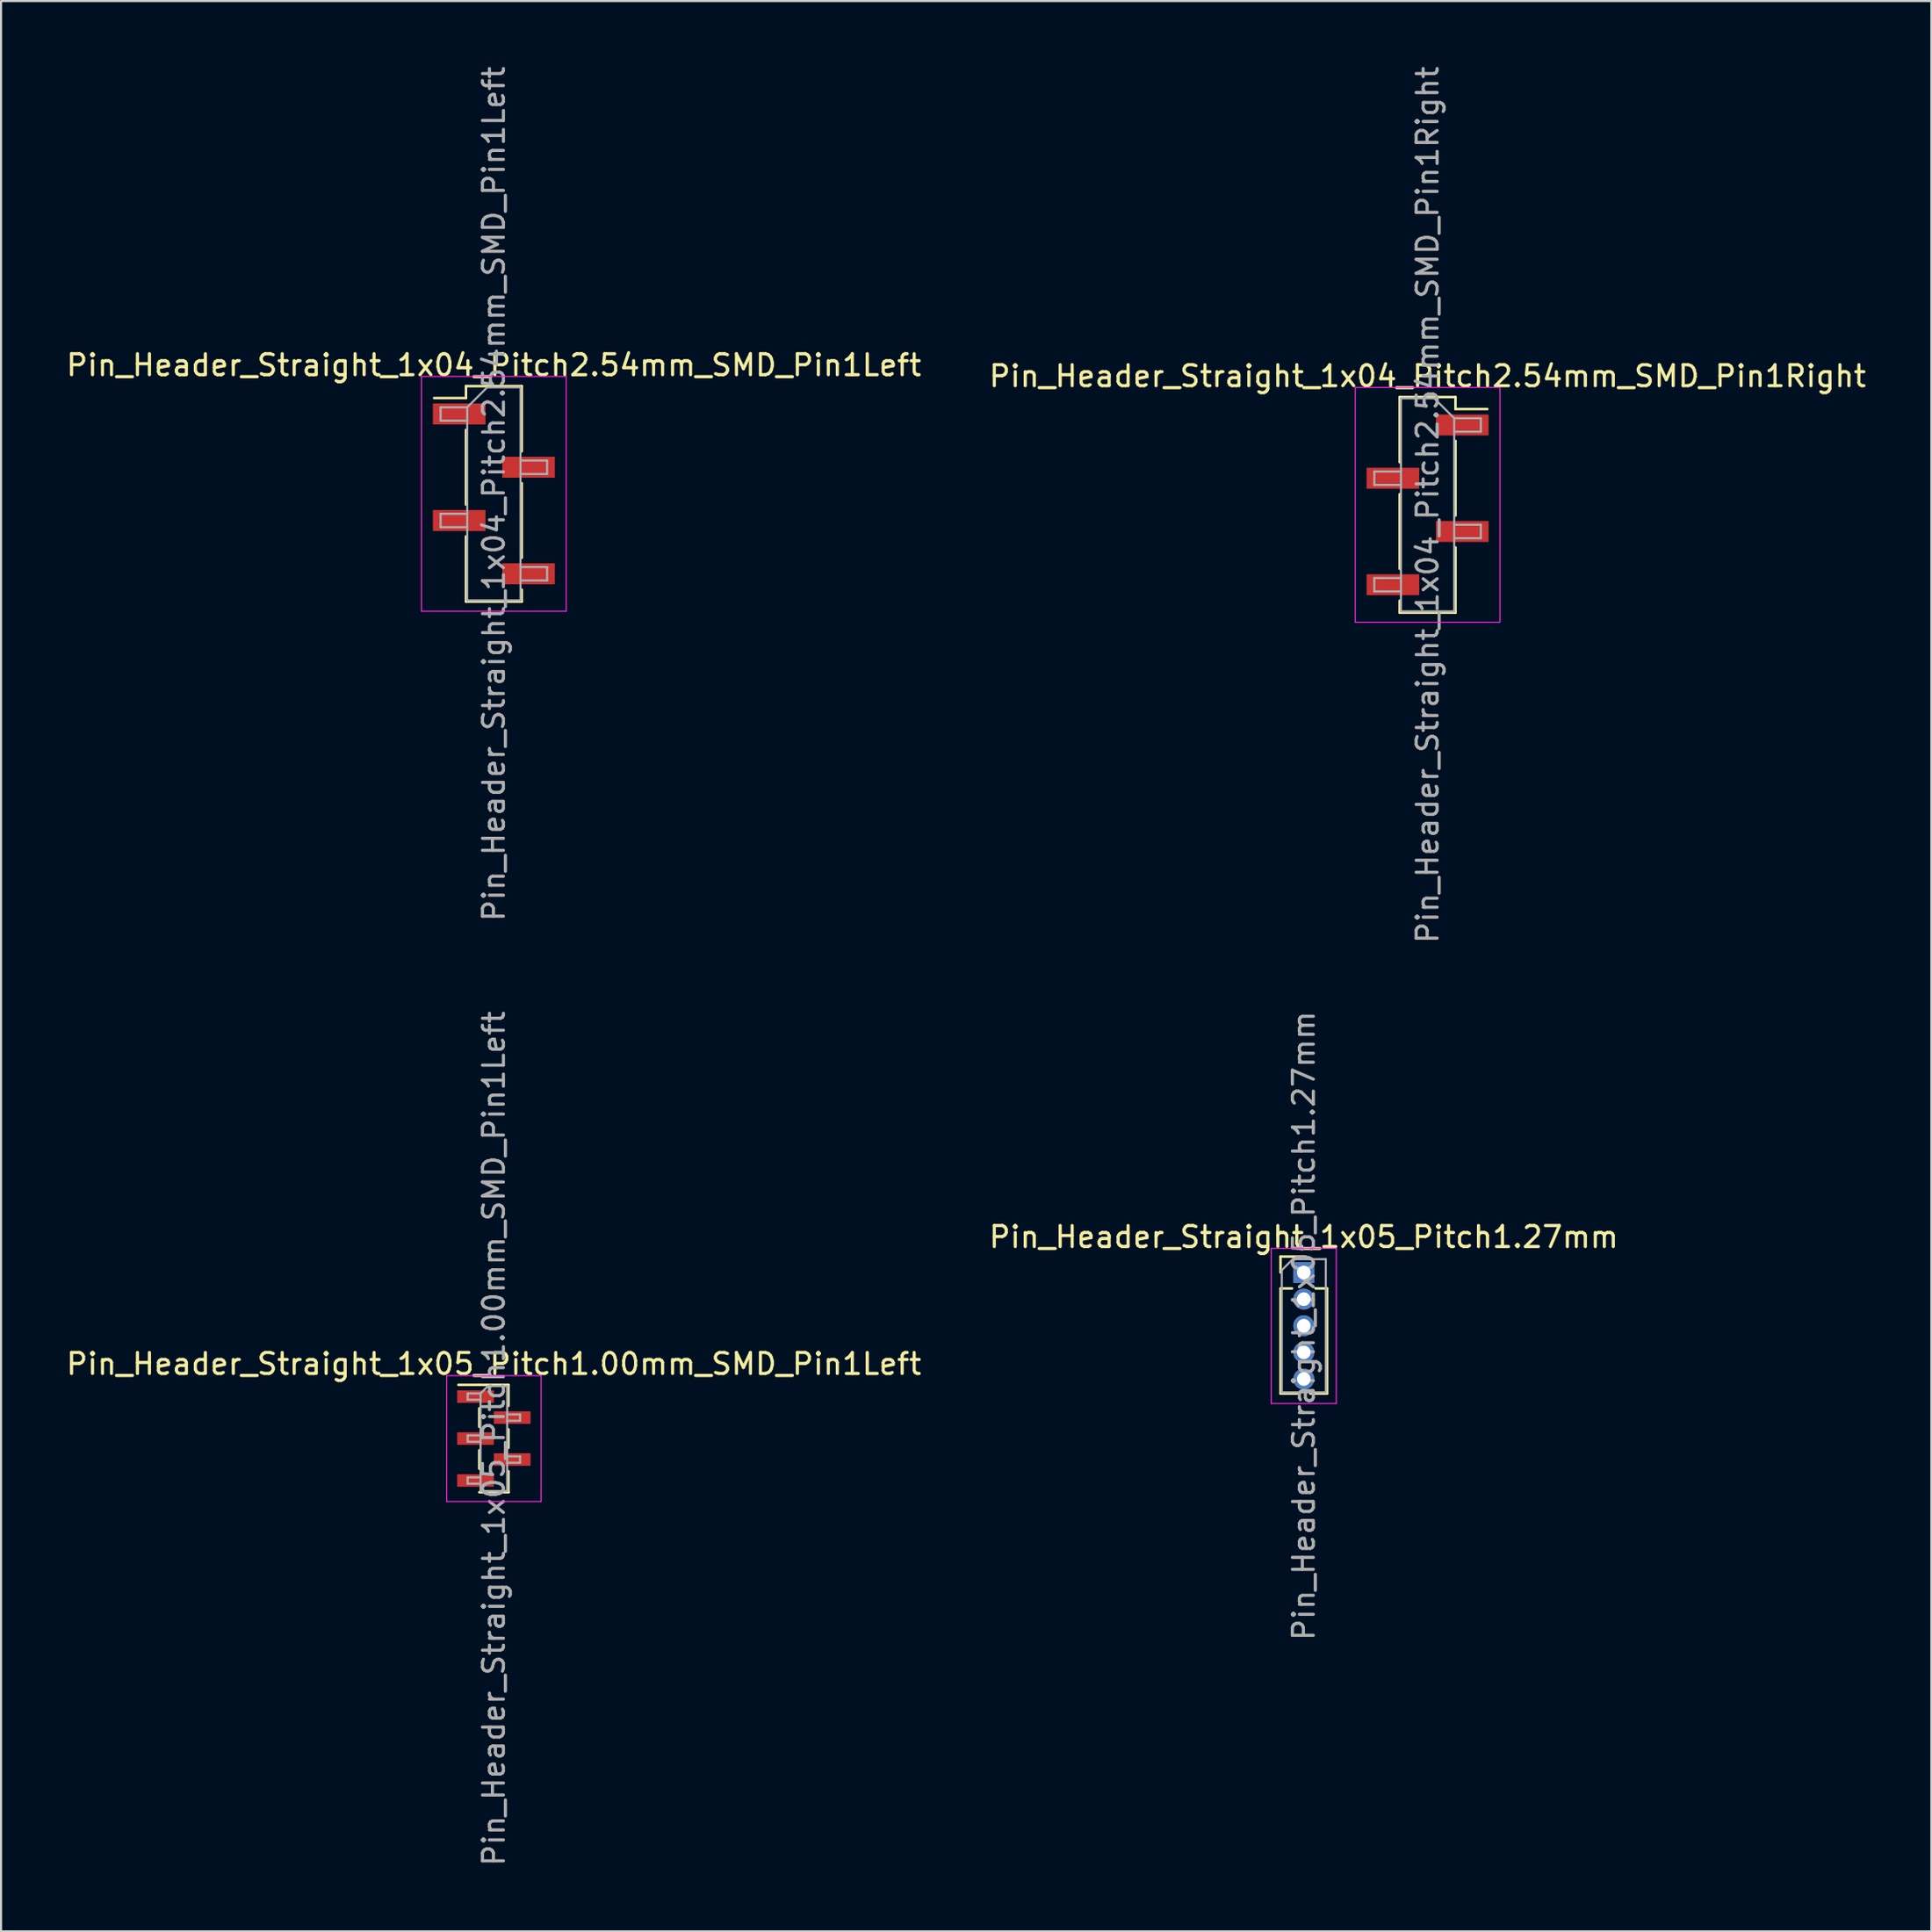
<source format=kicad_pcb>
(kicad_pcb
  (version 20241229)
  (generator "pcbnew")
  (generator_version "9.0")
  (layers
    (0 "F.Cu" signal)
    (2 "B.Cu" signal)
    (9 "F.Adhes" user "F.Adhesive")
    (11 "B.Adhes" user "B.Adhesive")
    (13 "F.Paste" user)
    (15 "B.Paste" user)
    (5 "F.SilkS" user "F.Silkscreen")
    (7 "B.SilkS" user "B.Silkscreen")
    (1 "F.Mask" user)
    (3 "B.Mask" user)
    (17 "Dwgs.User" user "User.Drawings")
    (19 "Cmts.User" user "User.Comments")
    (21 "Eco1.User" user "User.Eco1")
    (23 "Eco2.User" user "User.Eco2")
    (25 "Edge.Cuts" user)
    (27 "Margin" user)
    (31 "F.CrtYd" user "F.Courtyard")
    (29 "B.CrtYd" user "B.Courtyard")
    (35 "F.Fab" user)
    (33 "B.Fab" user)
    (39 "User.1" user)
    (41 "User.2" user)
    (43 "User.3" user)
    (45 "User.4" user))
  (footprint "Pin_Header_Straight_1x04_Pitch2.54mm_SMD_Pin1Left"
    (layer "F.Cu")
    (at 20.506 20.506)
    (property "Reference" "Pin_Header_Straight_1x04_Pitch2.54mm_SMD_Pin1Left" (at 0 -6.14 0) (layer "F.SilkS") (effects (font (size 1 1) (thickness 0.15))))
    (attr smd)
    (fp_line (start -1.33 -5.14) (end -1.33 -4.57) (stroke (width 0.12) (type solid)) (layer "F.SilkS"))
    (fp_line (start -1.33 -5.14) (end 1.33 -5.14) (stroke (width 0.12) (type solid)) (layer "F.SilkS"))
    (fp_line (start -1.33 -4.57) (end -2.85 -4.57) (stroke (width 0.12) (type solid)) (layer "F.SilkS"))
    (fp_line (start -1.33 -3.05) (end -1.33 0.51) (stroke (width 0.12) (type solid)) (layer "F.SilkS"))
    (fp_line (start -1.33 2.03) (end -1.33 5.14) (stroke (width 0.12) (type solid)) (layer "F.SilkS"))
    (fp_line (start -1.33 5.14) (end 1.33 5.14) (stroke (width 0.12) (type solid)) (layer "F.SilkS"))
    (fp_line (start 1.33 -5.14) (end 1.33 -2.03) (stroke (width 0.12) (type solid)) (layer "F.SilkS"))
    (fp_line (start 1.33 -0.51) (end 1.33 3.05) (stroke (width 0.12) (type solid)) (layer "F.SilkS"))
    (fp_line (start 1.33 4.57) (end 1.33 5.14) (stroke (width 0.12) (type solid)) (layer "F.SilkS"))
    (fp_line (start -3.45 -5.6) (end -3.45 5.6) (stroke (width 0.05) (type solid)) (layer "F.CrtYd"))
    (fp_line (start -3.45 5.6) (end 3.45 5.6) (stroke (width 0.05) (type solid)) (layer "F.CrtYd"))
    (fp_line (start 3.45 -5.6) (end -3.45 -5.6) (stroke (width 0.05) (type solid)) (layer "F.CrtYd"))
    (fp_line (start 3.45 5.6) (end 3.45 -5.6) (stroke (width 0.05) (type solid)) (layer "F.CrtYd"))
    (fp_line (start -2.54 -4.13) (end -2.54 -3.49) (stroke (width 0.1) (type solid)) (layer "F.Fab"))
    (fp_line (start -2.54 -3.49) (end -1.27 -3.49) (stroke (width 0.1) (type solid)) (layer "F.Fab"))
    (fp_line (start -2.54 0.95) (end -2.54 1.59) (stroke (width 0.1) (type solid)) (layer "F.Fab"))
    (fp_line (start -2.54 1.59) (end -1.27 1.59) (stroke (width 0.1) (type solid)) (layer "F.Fab"))
    (fp_line (start -1.27 -4.13) (end -2.54 -4.13) (stroke (width 0.1) (type solid)) (layer "F.Fab"))
    (fp_line (start -1.27 -4.13) (end -0.32 -5.08) (stroke (width 0.1) (type solid)) (layer "F.Fab"))
    (fp_line (start -1.27 0.95) (end -2.54 0.95) (stroke (width 0.1) (type solid)) (layer "F.Fab"))
    (fp_line (start -1.27 5.08) (end -1.27 -4.13) (stroke (width 0.1) (type solid)) (layer "F.Fab"))
    (fp_line (start -0.32 -5.08) (end 1.27 -5.08) (stroke (width 0.1) (type solid)) (layer "F.Fab"))
    (fp_line (start 1.27 -5.08) (end 1.27 5.08) (stroke (width 0.1) (type solid)) (layer "F.Fab"))
    (fp_line (start 1.27 -1.59) (end 2.54 -1.59) (stroke (width 0.1) (type solid)) (layer "F.Fab"))
    (fp_line (start 1.27 3.49) (end 2.54 3.49) (stroke (width 0.1) (type solid)) (layer "F.Fab"))
    (fp_line (start 1.27 5.08) (end -1.27 5.08) (stroke (width 0.1) (type solid)) (layer "F.Fab"))
    (fp_line (start 2.54 -1.59) (end 2.54 -0.95) (stroke (width 0.1) (type solid)) (layer "F.Fab"))
    (fp_line (start 2.54 -0.95) (end 1.27 -0.95) (stroke (width 0.1) (type solid)) (layer "F.Fab"))
    (fp_line (start 2.54 3.49) (end 2.54 4.13) (stroke (width 0.1) (type solid)) (layer "F.Fab"))
    (fp_line (start 2.54 4.13) (end 1.27 4.13) (stroke (width 0.1) (type solid)) (layer "F.Fab"))
    (fp_text user "${REFERENCE}" (at 0 0 90) (layer "F.Fab") (effects (font (size 1 1) (thickness 0.15))))
    (pad "1" smd rect (at -1.655 -3.81) (size 2.51 1) (layers "F.Cu" "F.Mask" "F.Paste"))
    (pad "2" smd rect (at 1.655 -1.27) (size 2.51 1) (layers "F.Cu" "F.Mask" "F.Paste"))
    (pad "3" smd rect (at -1.655 1.27) (size 2.51 1) (layers "F.Cu" "F.Mask" "F.Paste"))
    (pad "4" smd rect (at 1.655 3.81) (size 2.51 1) (layers "F.Cu" "F.Mask" "F.Paste")))
  (footprint "Pin_Header_Straight_1x05_Pitch1.27mm"
    (layer "F.Cu")
    (at 59.137 57.645)
    (property "Reference" "Pin_Header_Straight_1x05_Pitch1.27mm" (at 0 -1.695 0) (layer "F.SilkS") (effects (font (size 1 1) (thickness 0.15))))
    (attr through_hole)
    (fp_line (start -1.11 -0.76) (end 0 -0.76) (stroke (width 0.12) (type solid)) (layer "F.SilkS"))
    (fp_line (start -1.11 0) (end -1.11 -0.76) (stroke (width 0.12) (type solid)) (layer "F.SilkS"))
    (fp_line (start -1.11 0.76) (end -1.11 5.775) (stroke (width 0.12) (type solid)) (layer "F.SilkS"))
    (fp_line (start -1.11 0.76) (end -0.563 0.76) (stroke (width 0.12) (type solid)) (layer "F.SilkS"))
    (fp_line (start -1.11 5.775) (end -0.308 5.775) (stroke (width 0.12) (type solid)) (layer "F.SilkS"))
    (fp_line (start 0.308 5.775) (end 1.11 5.775) (stroke (width 0.12) (type solid)) (layer "F.SilkS"))
    (fp_line (start 0.563 0.76) (end 1.11 0.76) (stroke (width 0.12) (type solid)) (layer "F.SilkS"))
    (fp_line (start 1.11 0.76) (end 1.11 5.775) (stroke (width 0.12) (type solid)) (layer "F.SilkS"))
    (fp_line (start -1.55 -1.15) (end -1.55 6.25) (stroke (width 0.05) (type solid)) (layer "F.CrtYd"))
    (fp_line (start -1.55 6.25) (end 1.55 6.25) (stroke (width 0.05) (type solid)) (layer "F.CrtYd"))
    (fp_line (start 1.55 -1.15) (end -1.55 -1.15) (stroke (width 0.05) (type solid)) (layer "F.CrtYd"))
    (fp_line (start 1.55 6.25) (end 1.55 -1.15) (stroke (width 0.05) (type solid)) (layer "F.CrtYd"))
    (fp_line (start -1.05 -0.11) (end -0.525 -0.635) (stroke (width 0.1) (type solid)) (layer "F.Fab"))
    (fp_line (start -1.05 5.715) (end -1.05 -0.11) (stroke (width 0.1) (type solid)) (layer "F.Fab"))
    (fp_line (start -0.525 -0.635) (end 1.05 -0.635) (stroke (width 0.1) (type solid)) (layer "F.Fab"))
    (fp_line (start 1.05 -0.635) (end 1.05 5.715) (stroke (width 0.1) (type solid)) (layer "F.Fab"))
    (fp_line (start 1.05 5.715) (end -1.05 5.715) (stroke (width 0.1) (type solid)) (layer "F.Fab"))
    (fp_text user "${REFERENCE}" (at 0 2.54 90) (layer "F.Fab") (effects (font (size 1 1) (thickness 0.15))))
    (pad "1" thru_hole rect (at 0 0) (size 1 1) (drill 0.65) (layers "*.Cu" "*.Mask"))
    (pad "2" thru_hole oval (at 0 1.27) (size 1 1) (drill 0.65) (layers "*.Cu" "*.Mask"))
    (pad "3" thru_hole oval (at 0 2.54) (size 1 1) (drill 0.65) (layers "*.Cu" "*.Mask"))
    (pad "4" thru_hole oval (at 0 3.81) (size 1 1) (drill 0.65) (layers "*.Cu" "*.Mask"))
    (pad "5" thru_hole oval (at 0 5.08) (size 1 1) (drill 0.65) (layers "*.Cu" "*.Mask")))
  (footprint "Pin_Header_Straight_1x04_Pitch2.54mm_SMD_Pin1Right"
    (layer "F.Cu")
    (at 65.042 21.03)
    (property "Reference" "Pin_Header_Straight_1x04_Pitch2.54mm_SMD_Pin1Right" (at 0 -6.14 0) (layer "F.SilkS") (effects (font (size 1 1) (thickness 0.15))))
    (attr smd)
    (fp_line (start -1.33 -5.14) (end -1.33 -2.03) (stroke (width 0.12) (type solid)) (layer "F.SilkS"))
    (fp_line (start -1.33 -5.14) (end 1.33 -5.14) (stroke (width 0.12) (type solid)) (layer "F.SilkS"))
    (fp_line (start -1.33 -0.51) (end -1.33 3.05) (stroke (width 0.12) (type solid)) (layer "F.SilkS"))
    (fp_line (start -1.33 4.57) (end -1.33 5.14) (stroke (width 0.12) (type solid)) (layer "F.SilkS"))
    (fp_line (start -1.33 5.14) (end 1.33 5.14) (stroke (width 0.12) (type solid)) (layer "F.SilkS"))
    (fp_line (start 1.33 -5.14) (end 1.33 -4.57) (stroke (width 0.12) (type solid)) (layer "F.SilkS"))
    (fp_line (start 1.33 -4.57) (end 2.85 -4.57) (stroke (width 0.12) (type solid)) (layer "F.SilkS"))
    (fp_line (start 1.33 -3.05) (end 1.33 0.51) (stroke (width 0.12) (type solid)) (layer "F.SilkS"))
    (fp_line (start 1.33 2.03) (end 1.33 5.14) (stroke (width 0.12) (type solid)) (layer "F.SilkS"))
    (fp_line (start -3.45 -5.6) (end -3.45 5.6) (stroke (width 0.05) (type solid)) (layer "F.CrtYd"))
    (fp_line (start -3.45 5.6) (end 3.45 5.6) (stroke (width 0.05) (type solid)) (layer "F.CrtYd"))
    (fp_line (start 3.45 -5.6) (end -3.45 -5.6) (stroke (width 0.05) (type solid)) (layer "F.CrtYd"))
    (fp_line (start 3.45 5.6) (end 3.45 -5.6) (stroke (width 0.05) (type solid)) (layer "F.CrtYd"))
    (fp_line (start -2.54 -1.59) (end -2.54 -0.95) (stroke (width 0.1) (type solid)) (layer "F.Fab"))
    (fp_line (start -2.54 -0.95) (end -1.27 -0.95) (stroke (width 0.1) (type solid)) (layer "F.Fab"))
    (fp_line (start -2.54 3.49) (end -2.54 4.13) (stroke (width 0.1) (type solid)) (layer "F.Fab"))
    (fp_line (start -2.54 4.13) (end -1.27 4.13) (stroke (width 0.1) (type solid)) (layer "F.Fab"))
    (fp_line (start -1.27 -5.08) (end -1.27 5.08) (stroke (width 0.1) (type solid)) (layer "F.Fab"))
    (fp_line (start -1.27 -5.08) (end 0.32 -5.08) (stroke (width 0.1) (type solid)) (layer "F.Fab"))
    (fp_line (start -1.27 -1.59) (end -2.54 -1.59) (stroke (width 0.1) (type solid)) (layer "F.Fab"))
    (fp_line (start -1.27 3.49) (end -2.54 3.49) (stroke (width 0.1) (type solid)) (layer "F.Fab"))
    (fp_line (start 1.27 -4.13) (end 0.32 -5.08) (stroke (width 0.1) (type solid)) (layer "F.Fab"))
    (fp_line (start 1.27 -4.13) (end 2.54 -4.13) (stroke (width 0.1) (type solid)) (layer "F.Fab"))
    (fp_line (start 1.27 0.95) (end 2.54 0.95) (stroke (width 0.1) (type solid)) (layer "F.Fab"))
    (fp_line (start 1.27 5.08) (end -1.27 5.08) (stroke (width 0.1) (type solid)) (layer "F.Fab"))
    (fp_line (start 1.27 5.08) (end 1.27 -4.13) (stroke (width 0.1) (type solid)) (layer "F.Fab"))
    (fp_line (start 2.54 -4.13) (end 2.54 -3.49) (stroke (width 0.1) (type solid)) (layer "F.Fab"))
    (fp_line (start 2.54 -3.49) (end 1.27 -3.49) (stroke (width 0.1) (type solid)) (layer "F.Fab"))
    (fp_line (start 2.54 0.95) (end 2.54 1.59) (stroke (width 0.1) (type solid)) (layer "F.Fab"))
    (fp_line (start 2.54 1.59) (end 1.27 1.59) (stroke (width 0.1) (type solid)) (layer "F.Fab"))
    (fp_text user "${REFERENCE}" (at 0 0 90) (layer "F.Fab") (effects (font (size 1 1) (thickness 0.15))))
    (pad "1" smd rect (at 1.655 -3.81) (size 2.51 1) (layers "F.Cu" "F.Mask" "F.Paste"))
    (pad "2" smd rect (at -1.655 -1.27) (size 2.51 1) (layers "F.Cu" "F.Mask" "F.Paste"))
    (pad "3" smd rect (at 1.655 1.27) (size 2.51 1) (layers "F.Cu" "F.Mask" "F.Paste"))
    (pad "4" smd rect (at -1.655 3.81) (size 2.51 1) (layers "F.Cu" "F.Mask" "F.Paste")))
  (footprint "Pin_Header_Straight_1x05_Pitch1.00mm_SMD_Pin1Left"
    (layer "F.Cu")
    (at 20.506 65.565)
    (property "Reference" "Pin_Header_Straight_1x05_Pitch1.00mm_SMD_Pin1Left" (at 0 -3.56 0) (layer "F.SilkS") (effects (font (size 1 1) (thickness 0.15))))
    (attr smd)
    (fp_line (start -0.695 -2.56) (end -1.69 -2.56) (stroke (width 0.12) (type solid)) (layer "F.SilkS"))
    (fp_line (start -0.695 -2.56) (end -0.695 -2.56) (stroke (width 0.12) (type solid)) (layer "F.SilkS"))
    (fp_line (start -0.695 -2.56) (end 0.695 -2.56) (stroke (width 0.12) (type solid)) (layer "F.SilkS"))
    (fp_line (start -0.695 -1.44) (end -0.695 -0.56) (stroke (width 0.12) (type solid)) (layer "F.SilkS"))
    (fp_line (start -0.695 0.56) (end -0.695 1.44) (stroke (width 0.12) (type solid)) (layer "F.SilkS"))
    (fp_line (start -0.695 2.56) (end 0.695 2.56) (stroke (width 0.12) (type solid)) (layer "F.SilkS"))
    (fp_line (start 0.695 -2.56) (end 0.695 -1.56) (stroke (width 0.12) (type solid)) (layer "F.SilkS"))
    (fp_line (start 0.695 -0.44) (end 0.695 0.44) (stroke (width 0.12) (type solid)) (layer "F.SilkS"))
    (fp_line (start 0.695 1.56) (end 0.695 2.56) (stroke (width 0.12) (type solid)) (layer "F.SilkS"))
    (fp_line (start 0.695 2.56) (end 0.695 2.56) (stroke (width 0.12) (type solid)) (layer "F.SilkS"))
    (fp_line (start -2.25 -3) (end -2.25 3) (stroke (width 0.05) (type solid)) (layer "F.CrtYd"))
    (fp_line (start -2.25 3) (end 2.25 3) (stroke (width 0.05) (type solid)) (layer "F.CrtYd"))
    (fp_line (start 2.25 -3) (end -2.25 -3) (stroke (width 0.05) (type solid)) (layer "F.CrtYd"))
    (fp_line (start 2.25 3) (end 2.25 -3) (stroke (width 0.05) (type solid)) (layer "F.CrtYd"))
    (fp_line (start -1.25 -2.15) (end -1.25 -1.85) (stroke (width 0.1) (type solid)) (layer "F.Fab"))
    (fp_line (start -1.25 -1.85) (end -0.635 -1.85) (stroke (width 0.1) (type solid)) (layer "F.Fab"))
    (fp_line (start -1.25 -0.15) (end -1.25 0.15) (stroke (width 0.1) (type solid)) (layer "F.Fab"))
    (fp_line (start -1.25 0.15) (end -0.635 0.15) (stroke (width 0.1) (type solid)) (layer "F.Fab"))
    (fp_line (start -1.25 1.85) (end -1.25 2.15) (stroke (width 0.1) (type solid)) (layer "F.Fab"))
    (fp_line (start -1.25 2.15) (end -0.635 2.15) (stroke (width 0.1) (type solid)) (layer "F.Fab"))
    (fp_line (start -0.635 -2.15) (end -1.25 -2.15) (stroke (width 0.1) (type solid)) (layer "F.Fab"))
    (fp_line (start -0.635 -2.15) (end -0.285 -2.5) (stroke (width 0.1) (type solid)) (layer "F.Fab"))
    (fp_line (start -0.635 -0.15) (end -1.25 -0.15) (stroke (width 0.1) (type solid)) (layer "F.Fab"))
    (fp_line (start -0.635 1.85) (end -1.25 1.85) (stroke (width 0.1) (type solid)) (layer "F.Fab"))
    (fp_line (start -0.635 2.5) (end -0.635 -2.15) (stroke (width 0.1) (type solid)) (layer "F.Fab"))
    (fp_line (start -0.285 -2.5) (end 0.635 -2.5) (stroke (width 0.1) (type solid)) (layer "F.Fab"))
    (fp_line (start 0.635 -2.5) (end 0.635 2.5) (stroke (width 0.1) (type solid)) (layer "F.Fab"))
    (fp_line (start 0.635 -1.15) (end 1.25 -1.15) (stroke (width 0.1) (type solid)) (layer "F.Fab"))
    (fp_line (start 0.635 0.85) (end 1.25 0.85) (stroke (width 0.1) (type solid)) (layer "F.Fab"))
    (fp_line (start 0.635 2.5) (end -0.635 2.5) (stroke (width 0.1) (type solid)) (layer "F.Fab"))
    (fp_line (start 1.25 -1.15) (end 1.25 -0.85) (stroke (width 0.1) (type solid)) (layer "F.Fab"))
    (fp_line (start 1.25 -0.85) (end 0.635 -0.85) (stroke (width 0.1) (type solid)) (layer "F.Fab"))
    (fp_line (start 1.25 0.85) (end 1.25 1.15) (stroke (width 0.1) (type solid)) (layer "F.Fab"))
    (fp_line (start 1.25 1.15) (end 0.635 1.15) (stroke (width 0.1) (type solid)) (layer "F.Fab"))
    (fp_text user "${REFERENCE}" (at 0 0 90) (layer "F.Fab") (effects (font (size 1 1) (thickness 0.15))))
    (pad "1" smd rect (at -0.875 -2) (size 1.75 0.6) (layers "F.Cu" "F.Mask" "F.Paste"))
    (pad "2" smd rect (at 0.875 -1) (size 1.75 0.6) (layers "F.Cu" "F.Mask" "F.Paste"))
    (pad "3" smd rect (at -0.875 0) (size 1.75 0.6) (layers "F.Cu" "F.Mask" "F.Paste"))
    (pad "4" smd rect (at 0.875 1) (size 1.75 0.6) (layers "F.Cu" "F.Mask" "F.Paste"))
    (pad "5" smd rect (at -0.875 2) (size 1.75 0.6) (layers "F.Cu" "F.Mask" "F.Paste")))
  (gr_rect
    (start -3 -3)
    (end 89.071 89.071)
    (stroke (width 0.1) (type default))
    (fill no)
    (layer "Edge.Cuts")))
</source>
